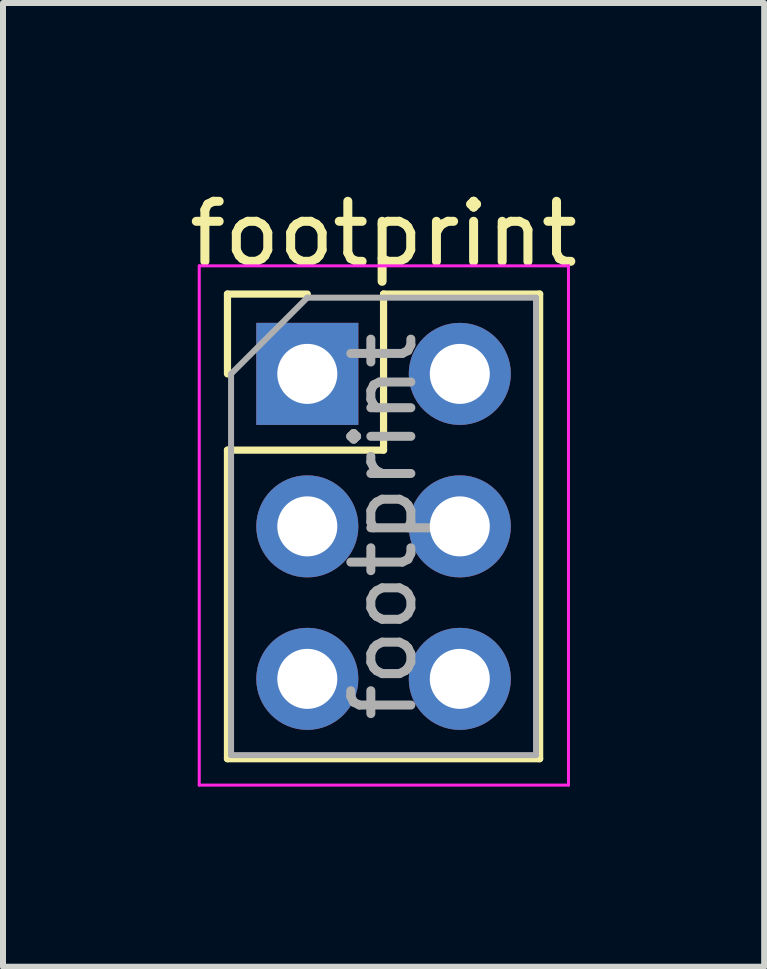
<source format=kicad_pcb>
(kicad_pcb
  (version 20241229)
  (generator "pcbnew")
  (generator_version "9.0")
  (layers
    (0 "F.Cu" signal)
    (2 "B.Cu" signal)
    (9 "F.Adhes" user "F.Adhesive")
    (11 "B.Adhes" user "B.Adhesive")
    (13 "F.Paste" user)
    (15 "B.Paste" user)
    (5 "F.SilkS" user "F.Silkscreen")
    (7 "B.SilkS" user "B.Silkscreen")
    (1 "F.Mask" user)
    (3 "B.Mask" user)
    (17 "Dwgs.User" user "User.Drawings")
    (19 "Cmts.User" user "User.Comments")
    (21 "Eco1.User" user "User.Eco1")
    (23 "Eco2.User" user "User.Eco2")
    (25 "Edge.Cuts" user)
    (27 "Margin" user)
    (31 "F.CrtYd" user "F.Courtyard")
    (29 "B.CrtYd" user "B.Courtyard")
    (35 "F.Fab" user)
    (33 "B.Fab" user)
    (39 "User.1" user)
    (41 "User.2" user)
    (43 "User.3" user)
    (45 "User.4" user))
  (footprint "footprint"
    (layer "F.Cu")
    (at 2.069 3.178)
    (property "Reference" "footprint" (at 1.27 -2.33 0) (layer "F.SilkS") (effects (font (size 1 1) (thickness 0.15))))
    (attr through_hole)
    (fp_line (start -1.33 -1.33) (end 0 -1.33) (stroke (width 0.12) (type solid)) (layer "F.SilkS"))
    (fp_line (start -1.33 0) (end -1.33 -1.33) (stroke (width 0.12) (type solid)) (layer "F.SilkS"))
    (fp_line (start -1.33 1.27) (end -1.33 6.41) (stroke (width 0.12) (type solid)) (layer "F.SilkS"))
    (fp_line (start -1.33 1.27) (end 1.27 1.27) (stroke (width 0.12) (type solid)) (layer "F.SilkS"))
    (fp_line (start -1.33 6.41) (end 3.87 6.41) (stroke (width 0.12) (type solid)) (layer "F.SilkS"))
    (fp_line (start 1.27 -1.33) (end 3.87 -1.33) (stroke (width 0.12) (type solid)) (layer "F.SilkS"))
    (fp_line (start 1.27 1.27) (end 1.27 -1.33) (stroke (width 0.12) (type solid)) (layer "F.SilkS"))
    (fp_line (start 3.87 -1.33) (end 3.87 6.41) (stroke (width 0.12) (type solid)) (layer "F.SilkS"))
    (fp_line (start -1.8 -1.8) (end -1.8 6.85) (stroke (width 0.05) (type solid)) (layer "F.CrtYd"))
    (fp_line (start -1.8 6.85) (end 4.35 6.85) (stroke (width 0.05) (type solid)) (layer "F.CrtYd"))
    (fp_line (start 4.35 -1.8) (end -1.8 -1.8) (stroke (width 0.05) (type solid)) (layer "F.CrtYd"))
    (fp_line (start 4.35 6.85) (end 4.35 -1.8) (stroke (width 0.05) (type solid)) (layer "F.CrtYd"))
    (fp_line (start -1.27 0) (end 0 -1.27) (stroke (width 0.1) (type solid)) (layer "F.Fab"))
    (fp_line (start -1.27 6.35) (end -1.27 0) (stroke (width 0.1) (type solid)) (layer "F.Fab"))
    (fp_line (start 0 -1.27) (end 3.81 -1.27) (stroke (width 0.1) (type solid)) (layer "F.Fab"))
    (fp_line (start 3.81 -1.27) (end 3.81 6.35) (stroke (width 0.1) (type solid)) (layer "F.Fab"))
    (fp_line (start 3.81 6.35) (end -1.27 6.35) (stroke (width 0.1) (type solid)) (layer "F.Fab"))
    (fp_text user "${REFERENCE}" (at 1.27 2.54 90) (layer "F.Fab") (effects (font (size 1 1) (thickness 0.15))))
    (pad "1" thru_hole rect (at 0 0) (size 1.7 1.7) (drill 1) (layers "*.Cu" "*.Mask"))
    (pad "2" thru_hole oval (at 2.54 0) (size 1.7 1.7) (drill 1) (layers "*.Cu" "*.Mask"))
    (pad "3" thru_hole oval (at 0 2.54) (size 1.7 1.7) (drill 1) (layers "*.Cu" "*.Mask"))
    (pad "4" thru_hole oval (at 2.54 2.54) (size 1.7 1.7) (drill 1) (layers "*.Cu" "*.Mask"))
    (pad "5" thru_hole oval (at 0 5.08) (size 1.7 1.7) (drill 1) (layers "*.Cu" "*.Mask"))
    (pad "6" thru_hole oval (at 2.54 5.08) (size 1.7 1.7) (drill 1) (layers "*.Cu" "*.Mask")))
  (gr_rect
    (start -3 -3)
    (end 9.679 13.053)
    (stroke (width 0.1) (type default))
    (fill no)
    (layer "Edge.Cuts")))
</source>
